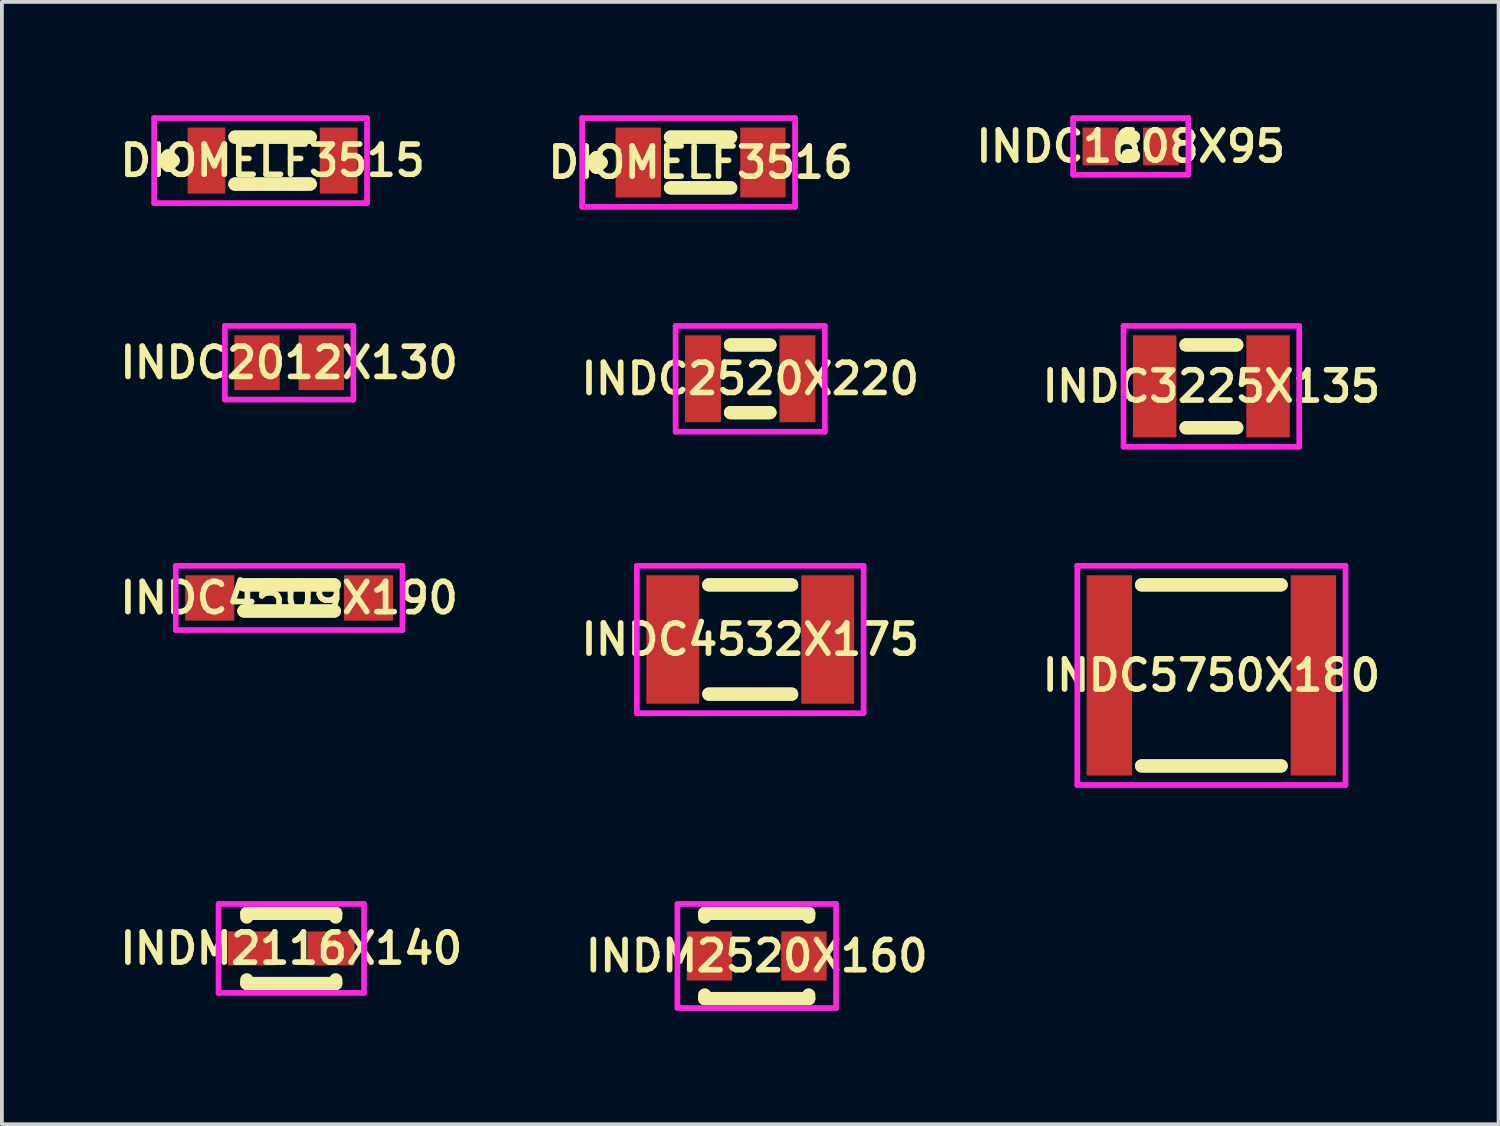
<source format=kicad_pcb>
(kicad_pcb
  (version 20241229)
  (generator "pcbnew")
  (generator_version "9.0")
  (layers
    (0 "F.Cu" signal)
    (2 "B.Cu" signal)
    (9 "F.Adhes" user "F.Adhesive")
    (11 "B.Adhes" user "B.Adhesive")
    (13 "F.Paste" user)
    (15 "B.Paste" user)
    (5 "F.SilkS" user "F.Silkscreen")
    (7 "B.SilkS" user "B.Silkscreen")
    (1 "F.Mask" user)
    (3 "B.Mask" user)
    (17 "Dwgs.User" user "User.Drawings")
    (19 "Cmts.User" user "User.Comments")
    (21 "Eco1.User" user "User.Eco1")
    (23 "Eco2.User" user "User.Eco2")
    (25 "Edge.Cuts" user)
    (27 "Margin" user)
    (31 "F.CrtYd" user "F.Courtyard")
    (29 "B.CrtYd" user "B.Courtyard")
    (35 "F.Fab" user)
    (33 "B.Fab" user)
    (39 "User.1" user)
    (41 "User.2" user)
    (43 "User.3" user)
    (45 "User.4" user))
  (footprint "INDM2520X160"
    (layer "F.Cu")
    (at 16.978 22.252)
    (property "Reference" "INDM2520X160" (at 0 0 0) (layer "F.SilkS") (effects (font (size 0.8 0.8) (thickness 0.15))))
    (attr smd)
    (fp_line (start -1.377 -1.127) (end 1.377 -1.127) (stroke (width 0.35) (type solid)) (layer "F.SilkS"))
    (fp_line (start -1.377 -1.031) (end -1.377 -1.127) (stroke (width 0.35) (type solid)) (layer "F.SilkS"))
    (fp_line (start -1.377 1.031) (end -1.377 1.127) (stroke (width 0.35) (type solid)) (layer "F.SilkS"))
    (fp_line (start -1.377 1.127) (end 1.377 1.127) (stroke (width 0.35) (type solid)) (layer "F.SilkS"))
    (fp_line (start 1.377 -1.127) (end 1.377 -1.031) (stroke (width 0.35) (type solid)) (layer "F.SilkS"))
    (fp_line (start 1.377 1.127) (end 1.377 1.031) (stroke (width 0.35) (type solid)) (layer "F.SilkS"))
    (fp_line (start -2.1 -1.377) (end 2.1 -1.377) (stroke (width 0.15) (type solid)) (layer "F.CrtYd"))
    (fp_line (start -2.1 1.377) (end -2.1 -1.377) (stroke (width 0.15) (type solid)) (layer "F.CrtYd"))
    (fp_line (start 2.1 -1.377) (end 2.1 1.377) (stroke (width 0.15) (type solid)) (layer "F.CrtYd"))
    (fp_line (start 2.1 1.377) (end -2.1 1.377) (stroke (width 0.15) (type solid)) (layer "F.CrtYd"))
    (pad "1" smd rect (at -1.25 0) (size 1.2 1.3) (layers "F.Cu" "F.Mask" "F.Paste"))
    (pad "2" smd rect (at 1.25 0) (size 1.2 1.3) (layers "F.Cu" "F.Mask" "F.Paste")))
  (footprint "INDC2520X220"
    (layer "F.Cu")
    (at 16.806 6.975)
    (property "Reference" "INDC2520X220" (at 0 0 0) (layer "F.SilkS") (effects (font (size 0.8 0.8) (thickness 0.15))))
    (attr smd)
    (fp_line (start -0.521 -0.896) (end 0.521 -0.896) (stroke (width 0.35) (type solid)) (layer "F.SilkS"))
    (fp_line (start -0.521 0.896) (end 0.521 0.896) (stroke (width 0.35) (type solid)) (layer "F.SilkS"))
    (fp_line (start 0.521 -0.896) (end -0.521 -0.896) (stroke (width 0.35) (type solid)) (layer "F.SilkS"))
    (fp_line (start 0.521 0.896) (end -0.521 0.896) (stroke (width 0.35) (type solid)) (layer "F.SilkS"))
    (fp_line (start -1.975 -1.4) (end 1.975 -1.4) (stroke (width 0.15) (type solid)) (layer "F.CrtYd"))
    (fp_line (start -1.975 1.4) (end -1.975 -1.4) (stroke (width 0.15) (type solid)) (layer "F.CrtYd"))
    (fp_line (start 1.975 -1.4) (end 1.975 1.4) (stroke (width 0.15) (type solid)) (layer "F.CrtYd"))
    (fp_line (start 1.975 1.4) (end -1.975 1.4) (stroke (width 0.15) (type solid)) (layer "F.CrtYd"))
    (pad "1" smd rect (at -1.25 0) (size 0.95 2.3) (layers "F.Cu" "F.Mask" "F.Paste"))
    (pad "2" smd rect (at 1.25 0) (size 0.95 2.3) (layers "F.Cu" "F.Mask" "F.Paste")))
  (footprint "INDC4532X175"
    (layer "F.Cu")
    (at 16.806 13.875)
    (property "Reference" "INDC4532X175" (at 0 0 0) (layer "F.SilkS") (effects (font (size 0.8 0.8) (thickness 0.15))))
    (attr smd)
    (fp_line (start -1.096 -1.446) (end 1.096 -1.446) (stroke (width 0.35) (type solid)) (layer "F.SilkS"))
    (fp_line (start -1.096 1.446) (end 1.096 1.446) (stroke (width 0.35) (type solid)) (layer "F.SilkS"))
    (fp_line (start 1.096 -1.446) (end -1.096 -1.446) (stroke (width 0.35) (type solid)) (layer "F.SilkS"))
    (fp_line (start 1.096 1.446) (end -1.096 1.446) (stroke (width 0.35) (type solid)) (layer "F.SilkS"))
    (fp_line (start -3 -1.95) (end 3 -1.95) (stroke (width 0.15) (type solid)) (layer "F.CrtYd"))
    (fp_line (start -3 1.95) (end -3 -1.95) (stroke (width 0.15) (type solid)) (layer "F.CrtYd"))
    (fp_line (start 3 -1.95) (end 3 1.95) (stroke (width 0.15) (type solid)) (layer "F.CrtYd"))
    (fp_line (start 3 1.95) (end -3 1.95) (stroke (width 0.15) (type solid)) (layer "F.CrtYd"))
    (pad "1" smd rect (at -2.05 0) (size 1.4 3.4) (layers "F.Cu" "F.Mask" "F.Paste"))
    (pad "2" smd rect (at 2.05 0) (size 1.4 3.4) (layers "F.Cu" "F.Mask" "F.Paste")))
  (footprint "DIOMELF3515"
    (layer "F.Cu")
    (at 4.164 1.2)
    (property "Reference" "DIOMELF3515" (at 0 0 0) (layer "F.SilkS") (effects (font (size 0.8 0.8) (thickness 0.15))))
    (attr smd)
    (fp_line (start -2.885 0) (end -2.758 -0.127) (stroke (width 0.35) (type solid)) (layer "F.SilkS"))
    (fp_line (start -2.758 -0.127) (end -2.631 0) (stroke (width 0.35) (type solid)) (layer "F.SilkS"))
    (fp_line (start -2.758 0.127) (end -2.885 0) (stroke (width 0.35) (type solid)) (layer "F.SilkS"))
    (fp_line (start -2.631 0) (end -2.758 0.127) (stroke (width 0.35) (type solid)) (layer "F.SilkS"))
    (fp_line (start -0.996 -0.621) (end 0.996 -0.621) (stroke (width 0.35) (type solid)) (layer "F.SilkS"))
    (fp_line (start -0.996 0.621) (end 0.996 0.621) (stroke (width 0.35) (type solid)) (layer "F.SilkS"))
    (fp_line (start 0.996 -0.621) (end -0.996 -0.621) (stroke (width 0.35) (type solid)) (layer "F.SilkS"))
    (fp_line (start 0.996 0.621) (end -0.996 0.621) (stroke (width 0.35) (type solid)) (layer "F.SilkS"))
    (fp_line (start -3.135 -1.125) (end 2.5 -1.125) (stroke (width 0.15) (type solid)) (layer "F.CrtYd"))
    (fp_line (start -3.135 1.125) (end -3.135 -1.125) (stroke (width 0.15) (type solid)) (layer "F.CrtYd"))
    (fp_line (start 2.5 -1.125) (end 2.5 1.125) (stroke (width 0.15) (type solid)) (layer "F.CrtYd"))
    (fp_line (start 2.5 1.125) (end -3.135 1.125) (stroke (width 0.15) (type solid)) (layer "F.CrtYd"))
    (pad "1" smd rect (at -1.75 0) (size 1 1.75) (layers "F.Cu" "F.Mask" "F.Paste"))
    (pad "2" smd rect (at 1.75 0) (size 1 1.75) (layers "F.Cu" "F.Mask" "F.Paste")))
  (footprint "INDC4509X190"
    (layer "F.Cu")
    (at 4.602 12.775)
    (property "Reference" "INDC4509X190" (at 0 0 0) (layer "F.SilkS") (effects (font (size 0.8 0.8) (thickness 0.15))))
    (attr smd)
    (fp_line (start -1.196 -0.346) (end 1.196 -0.346) (stroke (width 0.35) (type solid)) (layer "F.SilkS"))
    (fp_line (start -1.196 0.346) (end 1.196 0.346) (stroke (width 0.35) (type solid)) (layer "F.SilkS"))
    (fp_line (start 1.196 -0.346) (end -1.196 -0.346) (stroke (width 0.35) (type solid)) (layer "F.SilkS"))
    (fp_line (start 1.196 0.346) (end -1.196 0.346) (stroke (width 0.35) (type solid)) (layer "F.SilkS"))
    (fp_line (start -3 -0.85) (end 3 -0.85) (stroke (width 0.15) (type solid)) (layer "F.CrtYd"))
    (fp_line (start -3 0.85) (end -3 -0.85) (stroke (width 0.15) (type solid)) (layer "F.CrtYd"))
    (fp_line (start 3 -0.85) (end 3 0.85) (stroke (width 0.15) (type solid)) (layer "F.CrtYd"))
    (fp_line (start 3 0.85) (end -3 0.85) (stroke (width 0.15) (type solid)) (layer "F.CrtYd"))
    (pad "1" smd rect (at -2.1 0) (size 1.3 1.2) (layers "F.Cu" "F.Mask" "F.Paste"))
    (pad "2" smd rect (at 2.1 0) (size 1.3 1.2) (layers "F.Cu" "F.Mask" "F.Paste")))
  (footprint "INDC5750X180"
    (layer "F.Cu")
    (at 29.011 14.825)
    (property "Reference" "INDC5750X180" (at 0 0 0) (layer "F.SilkS") (effects (font (size 0.8 0.8) (thickness 0.15))))
    (attr smd)
    (fp_line (start -1.846 -2.396) (end 1.846 -2.396) (stroke (width 0.35) (type solid)) (layer "F.SilkS"))
    (fp_line (start -1.846 2.396) (end 1.846 2.396) (stroke (width 0.35) (type solid)) (layer "F.SilkS"))
    (fp_line (start 1.846 -2.396) (end -1.846 -2.396) (stroke (width 0.35) (type solid)) (layer "F.SilkS"))
    (fp_line (start 1.846 2.396) (end -1.846 2.396) (stroke (width 0.35) (type solid)) (layer "F.SilkS"))
    (fp_line (start -3.55 -2.9) (end 3.55 -2.9) (stroke (width 0.15) (type solid)) (layer "F.CrtYd"))
    (fp_line (start -3.55 2.9) (end -3.55 -2.9) (stroke (width 0.15) (type solid)) (layer "F.CrtYd"))
    (fp_line (start 3.55 -2.9) (end 3.55 2.9) (stroke (width 0.15) (type solid)) (layer "F.CrtYd"))
    (fp_line (start 3.55 2.9) (end -3.55 2.9) (stroke (width 0.15) (type solid)) (layer "F.CrtYd"))
    (pad "1" smd rect (at -2.7 0) (size 1.2 5.3) (layers "F.Cu" "F.Mask" "F.Paste"))
    (pad "2" smd rect (at 2.7 0) (size 1.2 5.3) (layers "F.Cu" "F.Mask" "F.Paste")))
  (footprint "INDC1608X95"
    (layer "F.Cu")
    (at 26.877 0.825)
    (property "Reference" "INDC1608X95" (at 0 0 0) (layer "F.SilkS") (effects (font (size 0.8 0.8) (thickness 0.15))))
    (attr smd)
    (fp_line (start -0.071 -0.246) (end 0.071 -0.246) (stroke (width 0.35) (type solid)) (layer "F.SilkS"))
    (fp_line (start -0.071 0.246) (end 0.071 0.246) (stroke (width 0.35) (type solid)) (layer "F.SilkS"))
    (fp_line (start 0.071 -0.246) (end -0.071 -0.246) (stroke (width 0.35) (type solid)) (layer "F.SilkS"))
    (fp_line (start 0.071 0.246) (end -0.071 0.246) (stroke (width 0.35) (type solid)) (layer "F.SilkS"))
    (fp_line (start -1.525 -0.75) (end 1.525 -0.75) (stroke (width 0.15) (type solid)) (layer "F.CrtYd"))
    (fp_line (start -1.525 0.75) (end -1.525 -0.75) (stroke (width 0.15) (type solid)) (layer "F.CrtYd"))
    (fp_line (start 1.525 -0.75) (end 1.525 0.75) (stroke (width 0.15) (type solid)) (layer "F.CrtYd"))
    (fp_line (start 1.525 0.75) (end -1.525 0.75) (stroke (width 0.15) (type solid)) (layer "F.CrtYd"))
    (pad "1" smd rect (at -0.8 0) (size 0.95 1) (layers "F.Cu" "F.Mask" "F.Paste"))
    (pad "2" smd rect (at 0.8 0) (size 0.95 1) (layers "F.Cu" "F.Mask" "F.Paste")))
  (footprint "INDC3225X135"
    (layer "F.Cu")
    (at 29.011 7.175)
    (property "Reference" "INDC3225X135" (at 0 0 0) (layer "F.SilkS") (effects (font (size 0.8 0.8) (thickness 0.15))))
    (attr smd)
    (fp_line (start -0.671 -1.096) (end 0.671 -1.096) (stroke (width 0.35) (type solid)) (layer "F.SilkS"))
    (fp_line (start -0.671 1.096) (end 0.671 1.096) (stroke (width 0.35) (type solid)) (layer "F.SilkS"))
    (fp_line (start 0.671 -1.096) (end -0.671 -1.096) (stroke (width 0.35) (type solid)) (layer "F.SilkS"))
    (fp_line (start 0.671 1.096) (end -0.671 1.096) (stroke (width 0.35) (type solid)) (layer "F.SilkS"))
    (fp_line (start -2.325 -1.6) (end 2.325 -1.6) (stroke (width 0.15) (type solid)) (layer "F.CrtYd"))
    (fp_line (start -2.325 1.6) (end -2.325 -1.6) (stroke (width 0.15) (type solid)) (layer "F.CrtYd"))
    (fp_line (start 2.325 -1.6) (end 2.325 1.6) (stroke (width 0.15) (type solid)) (layer "F.CrtYd"))
    (fp_line (start 2.325 1.6) (end -2.325 1.6) (stroke (width 0.15) (type solid)) (layer "F.CrtYd"))
    (pad "1" smd rect (at -1.5 0) (size 1.15 2.7) (layers "F.Cu" "F.Mask" "F.Paste"))
    (pad "2" smd rect (at 1.5 0) (size 1.15 2.7) (layers "F.Cu" "F.Mask" "F.Paste")))
  (footprint "INDC2012X130"
    (layer "F.Cu")
    (at 4.602 6.55)
    (property "Reference" "INDC2012X130" (at 0 0 0) (layer "F.SilkS") (effects (font (size 0.8 0.8) (thickness 0.15))))
    (attr smd)
    (fp_line (start -1.7 -0.975) (end 1.7 -0.975) (stroke (width 0.15) (type solid)) (layer "F.CrtYd"))
    (fp_line (start -1.7 0.975) (end -1.7 -0.975) (stroke (width 0.15) (type solid)) (layer "F.CrtYd"))
    (fp_line (start 1.7 -0.975) (end 1.7 0.975) (stroke (width 0.15) (type solid)) (layer "F.CrtYd"))
    (fp_line (start 1.7 0.975) (end -1.7 0.975) (stroke (width 0.15) (type solid)) (layer "F.CrtYd"))
    (pad "1" smd rect (at -0.85 0) (size 1.2 1.45) (layers "F.Cu" "F.Mask" "F.Paste"))
    (pad "2" smd rect (at 0.85 0) (size 1.2 1.45) (layers "F.Cu" "F.Mask" "F.Paste")))
  (footprint "INDM2116X140"
    (layer "F.Cu")
    (at 4.659 22.052)
    (property "Reference" "INDM2116X140" (at 0 0 0) (layer "F.SilkS") (effects (font (size 0.8 0.8) (thickness 0.15))))
    (attr smd)
    (fp_line (start -1.177 -0.927) (end 1.177 -0.927) (stroke (width 0.35) (type solid)) (layer "F.SilkS"))
    (fp_line (start -1.177 -0.831) (end -1.177 -0.927) (stroke (width 0.35) (type solid)) (layer "F.SilkS"))
    (fp_line (start -1.177 0.831) (end -1.177 0.927) (stroke (width 0.35) (type solid)) (layer "F.SilkS"))
    (fp_line (start -1.177 0.927) (end 1.177 0.927) (stroke (width 0.35) (type solid)) (layer "F.SilkS"))
    (fp_line (start 1.177 -0.927) (end 1.177 -0.831) (stroke (width 0.35) (type solid)) (layer "F.SilkS"))
    (fp_line (start 1.177 0.927) (end 1.177 0.831) (stroke (width 0.35) (type solid)) (layer "F.SilkS"))
    (fp_line (start -1.925 -1.177) (end 1.925 -1.177) (stroke (width 0.15) (type solid)) (layer "F.CrtYd"))
    (fp_line (start -1.925 1.177) (end -1.925 -1.177) (stroke (width 0.15) (type solid)) (layer "F.CrtYd"))
    (fp_line (start 1.925 -1.177) (end 1.925 1.177) (stroke (width 0.15) (type solid)) (layer "F.CrtYd"))
    (fp_line (start 1.925 1.177) (end -1.925 1.177) (stroke (width 0.15) (type solid)) (layer "F.CrtYd"))
    (pad "1" smd rect (at -1.05 0) (size 1.25 0.9) (layers "F.Cu" "F.Mask" "F.Paste"))
    (pad "2" smd rect (at 1.05 0) (size 1.25 0.9) (layers "F.Cu" "F.Mask" "F.Paste")))
  (footprint "DIOMELF3516"
    (layer "F.Cu")
    (at 15.492 1.25)
    (property "Reference" "DIOMELF3516" (at 0 0 0) (layer "F.SilkS") (effects (font (size 0.8 0.8) (thickness 0.15))))
    (attr smd)
    (fp_line (start -2.885 0) (end -2.758 -0.127) (stroke (width 0.35) (type solid)) (layer "F.SilkS"))
    (fp_line (start -2.758 -0.127) (end -2.631 0) (stroke (width 0.35) (type solid)) (layer "F.SilkS"))
    (fp_line (start -2.758 0.127) (end -2.885 0) (stroke (width 0.35) (type solid)) (layer "F.SilkS"))
    (fp_line (start -2.631 0) (end -2.758 0.127) (stroke (width 0.35) (type solid)) (layer "F.SilkS"))
    (fp_line (start -0.796 -0.671) (end 0.796 -0.671) (stroke (width 0.35) (type solid)) (layer "F.SilkS"))
    (fp_line (start -0.796 0.671) (end 0.796 0.671) (stroke (width 0.35) (type solid)) (layer "F.SilkS"))
    (fp_line (start 0.796 -0.671) (end -0.796 -0.671) (stroke (width 0.35) (type solid)) (layer "F.SilkS"))
    (fp_line (start 0.796 0.671) (end -0.796 0.671) (stroke (width 0.35) (type solid)) (layer "F.SilkS"))
    (fp_line (start -3.135 -1.175) (end 2.5 -1.175) (stroke (width 0.15) (type solid)) (layer "F.CrtYd"))
    (fp_line (start -3.135 1.175) (end -3.135 -1.175) (stroke (width 0.15) (type solid)) (layer "F.CrtYd"))
    (fp_line (start 2.5 -1.175) (end 2.5 1.175) (stroke (width 0.15) (type solid)) (layer "F.CrtYd"))
    (fp_line (start 2.5 1.175) (end -3.135 1.175) (stroke (width 0.15) (type solid)) (layer "F.CrtYd"))
    (pad "1" smd rect (at -1.65 0) (size 1.2 1.85) (layers "F.Cu" "F.Mask" "F.Paste"))
    (pad "2" smd rect (at 1.65 0) (size 1.2 1.85) (layers "F.Cu" "F.Mask" "F.Paste")))
  (gr_rect
    (start -3 -3)
    (end 36.613 26.704)
    (stroke (width 0.1) (type default))
    (fill no)
    (layer "Edge.Cuts")))
</source>
